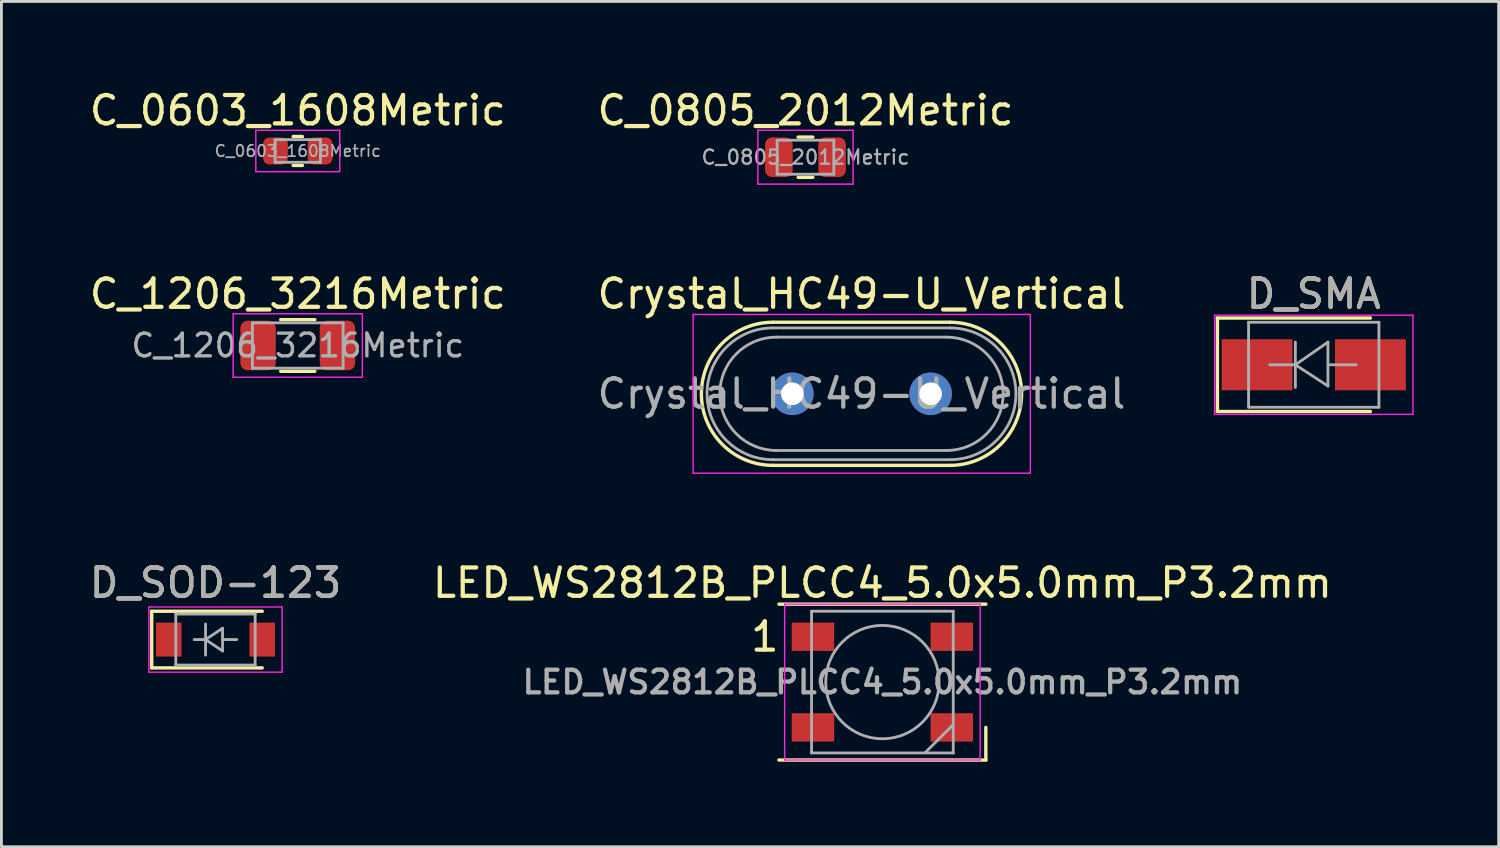
<source format=kicad_pcb>
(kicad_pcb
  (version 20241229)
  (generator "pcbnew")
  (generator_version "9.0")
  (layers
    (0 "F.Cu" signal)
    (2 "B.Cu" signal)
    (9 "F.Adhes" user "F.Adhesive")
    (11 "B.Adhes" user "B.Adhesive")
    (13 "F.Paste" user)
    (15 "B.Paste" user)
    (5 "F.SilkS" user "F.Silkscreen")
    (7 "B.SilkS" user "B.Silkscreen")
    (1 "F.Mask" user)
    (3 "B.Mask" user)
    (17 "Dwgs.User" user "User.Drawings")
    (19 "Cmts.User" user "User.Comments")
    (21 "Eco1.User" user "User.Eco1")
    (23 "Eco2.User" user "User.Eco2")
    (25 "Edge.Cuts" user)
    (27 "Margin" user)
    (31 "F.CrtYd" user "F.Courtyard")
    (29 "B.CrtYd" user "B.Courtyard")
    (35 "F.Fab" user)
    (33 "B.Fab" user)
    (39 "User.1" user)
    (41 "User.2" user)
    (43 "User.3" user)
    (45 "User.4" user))
  (footprint "C_0603_1608Metric"
    (layer "F.Cu")
    (at 7.458 2.278)
    (property "Reference" "C_0603_1608Metric" (at 0 -1.43 0) (layer "F.SilkS") (effects (font (size 1 1) (thickness 0.15))))
    (attr smd)
    (fp_line (start -0.163 -0.51) (end 0.163 -0.51) (stroke (width 0.12) (type solid)) (layer "F.SilkS"))
    (fp_line (start -0.163 0.51) (end 0.163 0.51) (stroke (width 0.12) (type solid)) (layer "F.SilkS"))
    (fp_line (start -1.48 -0.73) (end 1.48 -0.73) (stroke (width 0.05) (type solid)) (layer "F.CrtYd"))
    (fp_line (start -1.48 0.73) (end -1.48 -0.73) (stroke (width 0.05) (type solid)) (layer "F.CrtYd"))
    (fp_line (start 1.48 -0.73) (end 1.48 0.73) (stroke (width 0.05) (type solid)) (layer "F.CrtYd"))
    (fp_line (start 1.48 0.73) (end -1.48 0.73) (stroke (width 0.05) (type solid)) (layer "F.CrtYd"))
    (fp_line (start -0.8 -0.4) (end 0.8 -0.4) (stroke (width 0.1) (type solid)) (layer "F.Fab"))
    (fp_line (start -0.8 0.4) (end -0.8 -0.4) (stroke (width 0.1) (type solid)) (layer "F.Fab"))
    (fp_line (start 0.8 -0.4) (end 0.8 0.4) (stroke (width 0.1) (type solid)) (layer "F.Fab"))
    (fp_line (start 0.8 0.4) (end -0.8 0.4) (stroke (width 0.1) (type solid)) (layer "F.Fab"))
    (fp_text user "${REFERENCE}" (at 0 0 0) (layer "F.Fab") (effects (font (size 0.4 0.4) (thickness 0.06))))
    (pad "1" smd roundrect (at -0.787 0) (size 0.875 0.95) (layers "F.Cu" "F.Mask" "F.Paste") (roundrect_rratio 0.25))
    (pad "2" smd roundrect (at 0.787 0) (size 0.875 0.95) (layers "F.Cu" "F.Mask" "F.Paste") (roundrect_rratio 0.25)))
  (footprint "D_SOD-123"
    (layer "F.Cu")
    (at 4.554 19.52)
    (property "Reference" "D_SOD-123" (at 0 -2 0) (layer "F.SilkS") (effects (font (size 1 1) (thickness 0.15))))
    (attr smd)
    (fp_line (start -2.25 -1) (end -2.25 1) (stroke (width 0.12) (type solid)) (layer "F.SilkS"))
    (fp_line (start -2.25 -1) (end 1.65 -1) (stroke (width 0.12) (type solid)) (layer "F.SilkS"))
    (fp_line (start -2.25 1) (end 1.65 1) (stroke (width 0.12) (type solid)) (layer "F.SilkS"))
    (fp_line (start -2.35 -1.15) (end -2.35 1.15) (stroke (width 0.05) (type solid)) (layer "F.CrtYd"))
    (fp_line (start -2.35 -1.15) (end 2.35 -1.15) (stroke (width 0.05) (type solid)) (layer "F.CrtYd"))
    (fp_line (start 2.35 -1.15) (end 2.35 1.15) (stroke (width 0.05) (type solid)) (layer "F.CrtYd"))
    (fp_line (start 2.35 1.15) (end -2.35 1.15) (stroke (width 0.05) (type solid)) (layer "F.CrtYd"))
    (fp_line (start -1.4 -0.9) (end 1.4 -0.9) (stroke (width 0.1) (type solid)) (layer "F.Fab"))
    (fp_line (start -1.4 0.9) (end -1.4 -0.9) (stroke (width 0.1) (type solid)) (layer "F.Fab"))
    (fp_line (start -0.75 0) (end -0.35 0) (stroke (width 0.1) (type solid)) (layer "F.Fab"))
    (fp_line (start -0.35 0) (end -0.35 -0.55) (stroke (width 0.1) (type solid)) (layer "F.Fab"))
    (fp_line (start -0.35 0) (end -0.35 0.55) (stroke (width 0.1) (type solid)) (layer "F.Fab"))
    (fp_line (start -0.35 0) (end 0.25 -0.4) (stroke (width 0.1) (type solid)) (layer "F.Fab"))
    (fp_line (start 0.25 -0.4) (end 0.25 0.4) (stroke (width 0.1) (type solid)) (layer "F.Fab"))
    (fp_line (start 0.25 0) (end 0.75 0) (stroke (width 0.1) (type solid)) (layer "F.Fab"))
    (fp_line (start 0.25 0.4) (end -0.35 0) (stroke (width 0.1) (type solid)) (layer "F.Fab"))
    (fp_line (start 1.4 -0.9) (end 1.4 0.9) (stroke (width 0.1) (type solid)) (layer "F.Fab"))
    (fp_line (start 1.4 0.9) (end -1.4 0.9) (stroke (width 0.1) (type solid)) (layer "F.Fab"))
    (fp_text user "${REFERENCE}" (at 0 -2 0) (layer "F.Fab") (effects (font (size 1 1) (thickness 0.15))))
    (pad "1" smd rect (at -1.65 0) (size 0.9 1.2) (layers "F.Cu" "F.Mask" "F.Paste"))
    (pad "2" smd rect (at 1.65 0) (size 0.9 1.2) (layers "F.Cu" "F.Mask" "F.Paste")))
  (footprint "Crystal_HC49-U_Vertical"
    (layer "F.Cu")
    (at 24.911 10.847)
    (property "Reference" "Crystal_HC49-U_Vertical" (at 2.44 -3.525 0) (layer "F.SilkS") (effects (font (size 1 1) (thickness 0.15))))
    (attr through_hole)
    (fp_line (start -0.685 -2.525) (end 5.565 -2.525) (stroke (width 0.12) (type solid)) (layer "F.SilkS"))
    (fp_line (start -0.685 2.525) (end 5.565 2.525) (stroke (width 0.12) (type solid)) (layer "F.SilkS"))
    (fp_arc (start -0.685 2.525) (mid -3.21 0) (end -0.685 -2.525) (stroke (width 0.12) (type solid)) (layer "F.SilkS"))
    (fp_arc (start 5.565 -2.525) (mid 8.09 0) (end 5.565 2.525) (stroke (width 0.12) (type solid)) (layer "F.SilkS"))
    (fp_line (start -3.5 -2.8) (end -3.5 2.8) (stroke (width 0.05) (type solid)) (layer "F.CrtYd"))
    (fp_line (start -3.5 2.8) (end 8.4 2.8) (stroke (width 0.05) (type solid)) (layer "F.CrtYd"))
    (fp_line (start 8.4 -2.8) (end -3.5 -2.8) (stroke (width 0.05) (type solid)) (layer "F.CrtYd"))
    (fp_line (start 8.4 2.8) (end 8.4 -2.8) (stroke (width 0.05) (type solid)) (layer "F.CrtYd"))
    (fp_line (start -0.685 -2.325) (end 5.565 -2.325) (stroke (width 0.1) (type solid)) (layer "F.Fab"))
    (fp_line (start -0.685 2.325) (end 5.565 2.325) (stroke (width 0.1) (type solid)) (layer "F.Fab"))
    (fp_line (start -0.56 -2) (end 5.44 -2) (stroke (width 0.1) (type solid)) (layer "F.Fab"))
    (fp_line (start -0.56 2) (end 5.44 2) (stroke (width 0.1) (type solid)) (layer "F.Fab"))
    (fp_arc (start -0.685 2.325) (mid -3.01 0) (end -0.685 -2.325) (stroke (width 0.1) (type solid)) (layer "F.Fab"))
    (fp_arc (start -0.56 2) (mid -2.56 0) (end -0.56 -2) (stroke (width 0.1) (type solid)) (layer "F.Fab"))
    (fp_arc (start 5.44 -2) (mid 7.44 0) (end 5.44 2) (stroke (width 0.1) (type solid)) (layer "F.Fab"))
    (fp_arc (start 5.565 -2.325) (mid 7.89 0) (end 5.565 2.325) (stroke (width 0.1) (type solid)) (layer "F.Fab"))
    (fp_text user "${REFERENCE}" (at 2.44 0 0) (layer "F.Fab") (effects (font (size 1 1) (thickness 0.15))))
    (pad "1" thru_hole circle (at 0 0) (size 1.5 1.5) (drill 0.8) (layers "*.Cu" "*.Mask"))
    (pad "2" thru_hole circle (at 4.88 0) (size 1.5 1.5) (drill 0.8) (layers "*.Cu" "*.Mask")))
  (footprint "LED_WS2812B_PLCC4_5.0x5.0mm_P3.2mm"
    (layer "F.Cu")
    (at 28.089 21.02)
    (property "Reference" "LED_WS2812B_PLCC4_5.0x5.0mm_P3.2mm" (at 0 -3.5 0) (layer "F.SilkS") (effects (font (size 1 1) (thickness 0.15))))
    (attr smd)
    (fp_line (start -3.65 -2.75) (end 3.65 -2.75) (stroke (width 0.12) (type solid)) (layer "F.SilkS"))
    (fp_line (start -3.65 2.75) (end 3.65 2.75) (stroke (width 0.12) (type solid)) (layer "F.SilkS"))
    (fp_line (start 3.65 2.75) (end 3.65 1.6) (stroke (width 0.12) (type solid)) (layer "F.SilkS"))
    (fp_line (start -3.45 -2.75) (end -3.45 2.75) (stroke (width 0.05) (type solid)) (layer "F.CrtYd"))
    (fp_line (start -3.45 2.75) (end 3.45 2.75) (stroke (width 0.05) (type solid)) (layer "F.CrtYd"))
    (fp_line (start 3.45 -2.75) (end -3.45 -2.75) (stroke (width 0.05) (type solid)) (layer "F.CrtYd"))
    (fp_line (start 3.45 2.75) (end 3.45 -2.75) (stroke (width 0.05) (type solid)) (layer "F.CrtYd"))
    (fp_line (start -2.5 -2.5) (end -2.5 2.5) (stroke (width 0.1) (type solid)) (layer "F.Fab"))
    (fp_line (start -2.5 2.5) (end 2.5 2.5) (stroke (width 0.1) (type solid)) (layer "F.Fab"))
    (fp_line (start 2.5 -2.5) (end -2.5 -2.5) (stroke (width 0.1) (type solid)) (layer "F.Fab"))
    (fp_line (start 2.5 1.5) (end 1.5 2.5) (stroke (width 0.1) (type solid)) (layer "F.Fab"))
    (fp_line (start 2.5 2.5) (end 2.5 -2.5) (stroke (width 0.1) (type solid)) (layer "F.Fab"))
    (fp_circle (center 0 0) (end 0 -2) (stroke (width 0.1) (type solid)) (fill no) (layer "F.Fab"))
    (fp_text user "1" (at -4.15 -1.6 0) (layer "F.SilkS") (effects (font (size 1 1) (thickness 0.15))))
    (fp_text user "${REFERENCE}" (at 0 0 0) (layer "F.Fab") (effects (font (size 0.8 0.8) (thickness 0.15))))
    (pad "1" smd rect (at -2.45 -1.6) (size 1.5 1) (layers "F.Cu" "F.Mask" "F.Paste"))
    (pad "2" smd rect (at -2.45 1.6) (size 1.5 1) (layers "F.Cu" "F.Mask" "F.Paste"))
    (pad "3" smd rect (at 2.45 1.6) (size 1.5 1) (layers "F.Cu" "F.Mask" "F.Paste"))
    (pad "4" smd rect (at 2.45 -1.6) (size 1.5 1) (layers "F.Cu" "F.Mask" "F.Paste")))
  (footprint "C_0805_2012Metric"
    (layer "F.Cu")
    (at 25.375 2.498)
    (property "Reference" "C_0805_2012Metric" (at 0 -1.65 0) (layer "F.SilkS") (effects (font (size 1 1) (thickness 0.15))))
    (attr smd)
    (fp_line (start -0.259 -0.71) (end 0.259 -0.71) (stroke (width 0.12) (type solid)) (layer "F.SilkS"))
    (fp_line (start -0.259 0.71) (end 0.259 0.71) (stroke (width 0.12) (type solid)) (layer "F.SilkS"))
    (fp_line (start -1.68 -0.95) (end 1.68 -0.95) (stroke (width 0.05) (type solid)) (layer "F.CrtYd"))
    (fp_line (start -1.68 0.95) (end -1.68 -0.95) (stroke (width 0.05) (type solid)) (layer "F.CrtYd"))
    (fp_line (start 1.68 -0.95) (end 1.68 0.95) (stroke (width 0.05) (type solid)) (layer "F.CrtYd"))
    (fp_line (start 1.68 0.95) (end -1.68 0.95) (stroke (width 0.05) (type solid)) (layer "F.CrtYd"))
    (fp_line (start -1 -0.6) (end 1 -0.6) (stroke (width 0.1) (type solid)) (layer "F.Fab"))
    (fp_line (start -1 0.6) (end -1 -0.6) (stroke (width 0.1) (type solid)) (layer "F.Fab"))
    (fp_line (start 1 -0.6) (end 1 0.6) (stroke (width 0.1) (type solid)) (layer "F.Fab"))
    (fp_line (start 1 0.6) (end -1 0.6) (stroke (width 0.1) (type solid)) (layer "F.Fab"))
    (fp_text user "${REFERENCE}" (at 0 0 0) (layer "F.Fab") (effects (font (size 0.5 0.5) (thickness 0.08))))
    (pad "1" smd roundrect (at -0.938 0) (size 0.975 1.4) (layers "F.Cu" "F.Mask" "F.Paste") (roundrect_rratio 0.25))
    (pad "2" smd roundrect (at 0.938 0) (size 0.975 1.4) (layers "F.Cu" "F.Mask" "F.Paste") (roundrect_rratio 0.25)))
  (footprint "D_SMA"
    (layer "F.Cu")
    (at 43.311 9.822)
    (property "Reference" "D_SMA" (at 0 -2.5 0) (layer "F.SilkS") (effects (font (size 1 1) (thickness 0.15))))
    (attr smd)
    (fp_line (start -3.4 -1.65) (end -3.4 1.65) (stroke (width 0.12) (type solid)) (layer "F.SilkS"))
    (fp_line (start -3.4 -1.65) (end 2 -1.65) (stroke (width 0.12) (type solid)) (layer "F.SilkS"))
    (fp_line (start -3.4 1.65) (end 2 1.65) (stroke (width 0.12) (type solid)) (layer "F.SilkS"))
    (fp_line (start -3.5 -1.75) (end 3.5 -1.75) (stroke (width 0.05) (type solid)) (layer "F.CrtYd"))
    (fp_line (start -3.5 1.75) (end -3.5 -1.75) (stroke (width 0.05) (type solid)) (layer "F.CrtYd"))
    (fp_line (start 3.5 -1.75) (end 3.5 1.75) (stroke (width 0.05) (type solid)) (layer "F.CrtYd"))
    (fp_line (start 3.5 1.75) (end -3.5 1.75) (stroke (width 0.05) (type solid)) (layer "F.CrtYd"))
    (fp_line (start -2.3 1.5) (end -2.3 -1.5) (stroke (width 0.1) (type solid)) (layer "F.Fab"))
    (fp_line (start -0.649 -0.799) (end -0.649 0.801) (stroke (width 0.1) (type solid)) (layer "F.Fab"))
    (fp_line (start -0.649 0.001) (end -1.551 0.001) (stroke (width 0.1) (type solid)) (layer "F.Fab"))
    (fp_line (start -0.649 0.001) (end 0.501 -0.799) (stroke (width 0.1) (type solid)) (layer "F.Fab"))
    (fp_line (start -0.649 0.001) (end 0.501 0.75) (stroke (width 0.1) (type solid)) (layer "F.Fab"))
    (fp_line (start 0.501 0.001) (end 1.499 0.001) (stroke (width 0.1) (type solid)) (layer "F.Fab"))
    (fp_line (start 0.501 0.75) (end 0.501 -0.799) (stroke (width 0.1) (type solid)) (layer "F.Fab"))
    (fp_line (start 2.3 -1.5) (end -2.3 -1.5) (stroke (width 0.1) (type solid)) (layer "F.Fab"))
    (fp_line (start 2.3 -1.5) (end 2.3 1.5) (stroke (width 0.1) (type solid)) (layer "F.Fab"))
    (fp_line (start 2.3 1.5) (end -2.3 1.5) (stroke (width 0.1) (type solid)) (layer "F.Fab"))
    (fp_text user "${REFERENCE}" (at 0 -2.5 0) (layer "F.Fab") (effects (font (size 1 1) (thickness 0.15))))
    (pad "1" smd rect (at -2 0) (size 2.5 1.8) (layers "F.Cu" "F.Mask" "F.Paste"))
    (pad "2" smd rect (at 2 0) (size 2.5 1.8) (layers "F.Cu" "F.Mask" "F.Paste")))
  (footprint "C_1206_3216Metric"
    (layer "F.Cu")
    (at 7.458 9.142)
    (property "Reference" "C_1206_3216Metric" (at 0 -1.82 0) (layer "F.SilkS") (effects (font (size 1 1) (thickness 0.15))))
    (attr smd)
    (fp_line (start -0.602 -0.91) (end 0.602 -0.91) (stroke (width 0.12) (type solid)) (layer "F.SilkS"))
    (fp_line (start -0.602 0.91) (end 0.602 0.91) (stroke (width 0.12) (type solid)) (layer "F.SilkS"))
    (fp_line (start -2.28 -1.12) (end 2.28 -1.12) (stroke (width 0.05) (type solid)) (layer "F.CrtYd"))
    (fp_line (start -2.28 1.12) (end -2.28 -1.12) (stroke (width 0.05) (type solid)) (layer "F.CrtYd"))
    (fp_line (start 2.28 -1.12) (end 2.28 1.12) (stroke (width 0.05) (type solid)) (layer "F.CrtYd"))
    (fp_line (start 2.28 1.12) (end -2.28 1.12) (stroke (width 0.05) (type solid)) (layer "F.CrtYd"))
    (fp_line (start -1.6 -0.8) (end 1.6 -0.8) (stroke (width 0.1) (type solid)) (layer "F.Fab"))
    (fp_line (start -1.6 0.8) (end -1.6 -0.8) (stroke (width 0.1) (type solid)) (layer "F.Fab"))
    (fp_line (start 1.6 -0.8) (end 1.6 0.8) (stroke (width 0.1) (type solid)) (layer "F.Fab"))
    (fp_line (start 1.6 0.8) (end -1.6 0.8) (stroke (width 0.1) (type solid)) (layer "F.Fab"))
    (fp_text user "${REFERENCE}" (at 0 0 0) (layer "F.Fab") (effects (font (size 0.8 0.8) (thickness 0.12))))
    (pad "1" smd roundrect (at -1.4 0) (size 1.25 1.75) (layers "F.Cu" "F.Mask" "F.Paste") (roundrect_rratio 0.2))
    (pad "2" smd roundrect (at 1.4 0) (size 1.25 1.75) (layers "F.Cu" "F.Mask" "F.Paste") (roundrect_rratio 0.2)))
  (gr_rect
    (start -3 -3)
    (end 49.836 26.83)
    (stroke (width 0.1) (type default))
    (fill no)
    (layer "Edge.Cuts")))
</source>
